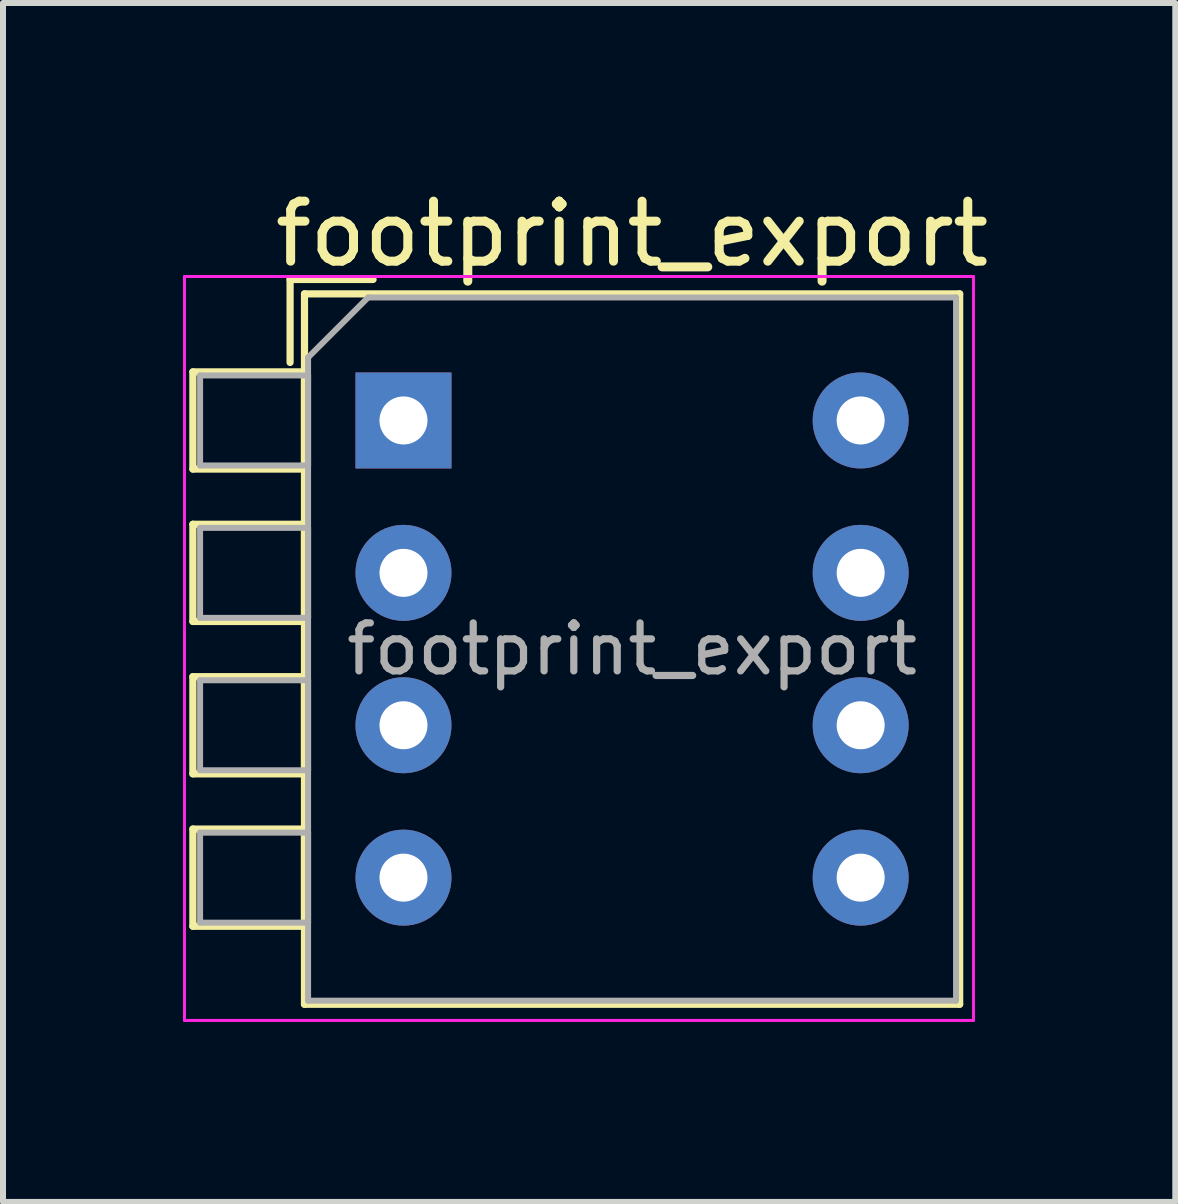
<source format=kicad_pcb>
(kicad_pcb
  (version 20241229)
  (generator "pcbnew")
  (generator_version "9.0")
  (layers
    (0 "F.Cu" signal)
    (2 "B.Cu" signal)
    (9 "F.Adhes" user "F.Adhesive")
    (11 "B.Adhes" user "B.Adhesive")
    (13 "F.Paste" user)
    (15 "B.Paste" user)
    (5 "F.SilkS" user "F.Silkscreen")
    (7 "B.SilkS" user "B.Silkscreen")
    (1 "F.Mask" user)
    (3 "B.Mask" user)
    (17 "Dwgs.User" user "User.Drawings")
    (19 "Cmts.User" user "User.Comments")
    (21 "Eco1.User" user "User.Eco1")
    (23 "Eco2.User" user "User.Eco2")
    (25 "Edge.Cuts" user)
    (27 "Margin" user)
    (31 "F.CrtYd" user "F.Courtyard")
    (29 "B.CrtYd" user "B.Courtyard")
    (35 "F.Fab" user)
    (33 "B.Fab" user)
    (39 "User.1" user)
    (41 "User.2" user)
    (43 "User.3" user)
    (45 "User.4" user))
  (footprint "footprint_export"
    (layer "F.Cu")
    (at 3.675 3.958)
    (property "Reference" "footprint_export" (at 3.81 -3.11 0) (layer "F.SilkS") (effects (font (size 1 1) (thickness 0.15))))
    (attr through_hole)
    (fp_line (start -3.51 -0.81) (end -3.51 0.81) (stroke (width 0.12) (type solid)) (layer "F.SilkS"))
    (fp_line (start -3.51 -0.81) (end -1.65 -0.81) (stroke (width 0.12) (type solid)) (layer "F.SilkS"))
    (fp_line (start -3.51 0.81) (end -1.65 0.81) (stroke (width 0.12) (type solid)) (layer "F.SilkS"))
    (fp_line (start -3.51 1.73) (end -3.51 3.35) (stroke (width 0.12) (type solid)) (layer "F.SilkS"))
    (fp_line (start -3.51 1.73) (end -1.65 1.73) (stroke (width 0.12) (type solid)) (layer "F.SilkS"))
    (fp_line (start -3.51 3.35) (end -1.65 3.35) (stroke (width 0.12) (type solid)) (layer "F.SilkS"))
    (fp_line (start -3.51 4.27) (end -3.51 5.89) (stroke (width 0.12) (type solid)) (layer "F.SilkS"))
    (fp_line (start -3.51 4.27) (end -1.65 4.27) (stroke (width 0.12) (type solid)) (layer "F.SilkS"))
    (fp_line (start -3.51 5.89) (end -1.65 5.89) (stroke (width 0.12) (type solid)) (layer "F.SilkS"))
    (fp_line (start -3.51 6.81) (end -3.51 8.43) (stroke (width 0.12) (type solid)) (layer "F.SilkS"))
    (fp_line (start -3.51 6.81) (end -1.65 6.81) (stroke (width 0.12) (type solid)) (layer "F.SilkS"))
    (fp_line (start -3.51 8.43) (end -1.65 8.43) (stroke (width 0.12) (type solid)) (layer "F.SilkS"))
    (fp_line (start -1.89 -2.35) (end -1.89 -0.967) (stroke (width 0.12) (type solid)) (layer "F.SilkS"))
    (fp_line (start -1.89 -2.35) (end -0.507 -2.35) (stroke (width 0.12) (type solid)) (layer "F.SilkS"))
    (fp_line (start -1.65 -2.11) (end -1.65 9.73) (stroke (width 0.12) (type solid)) (layer "F.SilkS"))
    (fp_line (start -1.65 -2.11) (end 9.27 -2.11) (stroke (width 0.12) (type solid)) (layer "F.SilkS"))
    (fp_line (start -1.65 -0.81) (end -1.65 0.81) (stroke (width 0.12) (type solid)) (layer "F.SilkS"))
    (fp_line (start -1.65 1.73) (end -1.65 3.35) (stroke (width 0.12) (type solid)) (layer "F.SilkS"))
    (fp_line (start -1.65 4.27) (end -1.65 5.89) (stroke (width 0.12) (type solid)) (layer "F.SilkS"))
    (fp_line (start -1.65 6.81) (end -1.65 8.43) (stroke (width 0.12) (type solid)) (layer "F.SilkS"))
    (fp_line (start -1.65 9.73) (end 9.27 9.73) (stroke (width 0.12) (type solid)) (layer "F.SilkS"))
    (fp_line (start 9.27 -2.11) (end 9.27 9.73) (stroke (width 0.12) (type solid)) (layer "F.SilkS"))
    (fp_line (start -3.65 -2.4) (end -3.65 10) (stroke (width 0.05) (type solid)) (layer "F.CrtYd"))
    (fp_line (start -3.65 10) (end 9.5 10) (stroke (width 0.05) (type solid)) (layer "F.CrtYd"))
    (fp_line (start 9.5 -2.4) (end -3.65 -2.4) (stroke (width 0.05) (type solid)) (layer "F.CrtYd"))
    (fp_line (start 9.5 10) (end 9.5 -2.4) (stroke (width 0.05) (type solid)) (layer "F.CrtYd"))
    (fp_line (start -3.39 -0.75) (end -1.59 -0.75) (stroke (width 0.1) (type solid)) (layer "F.Fab"))
    (fp_line (start -3.39 0.75) (end -3.39 -0.75) (stroke (width 0.1) (type solid)) (layer "F.Fab"))
    (fp_line (start -3.39 1.79) (end -1.59 1.79) (stroke (width 0.1) (type solid)) (layer "F.Fab"))
    (fp_line (start -3.39 3.29) (end -3.39 1.79) (stroke (width 0.1) (type solid)) (layer "F.Fab"))
    (fp_line (start -3.39 4.33) (end -1.59 4.33) (stroke (width 0.1) (type solid)) (layer "F.Fab"))
    (fp_line (start -3.39 5.83) (end -3.39 4.33) (stroke (width 0.1) (type solid)) (layer "F.Fab"))
    (fp_line (start -3.39 6.87) (end -1.59 6.87) (stroke (width 0.1) (type solid)) (layer "F.Fab"))
    (fp_line (start -3.39 8.37) (end -3.39 6.87) (stroke (width 0.1) (type solid)) (layer "F.Fab"))
    (fp_line (start -1.59 -1.05) (end -0.59 -2.05) (stroke (width 0.1) (type solid)) (layer "F.Fab"))
    (fp_line (start -1.59 -0.75) (end -1.59 0.75) (stroke (width 0.1) (type solid)) (layer "F.Fab"))
    (fp_line (start -1.59 0.75) (end -3.39 0.75) (stroke (width 0.1) (type solid)) (layer "F.Fab"))
    (fp_line (start -1.59 1.79) (end -1.59 3.29) (stroke (width 0.1) (type solid)) (layer "F.Fab"))
    (fp_line (start -1.59 3.29) (end -3.39 3.29) (stroke (width 0.1) (type solid)) (layer "F.Fab"))
    (fp_line (start -1.59 4.33) (end -1.59 5.83) (stroke (width 0.1) (type solid)) (layer "F.Fab"))
    (fp_line (start -1.59 5.83) (end -3.39 5.83) (stroke (width 0.1) (type solid)) (layer "F.Fab"))
    (fp_line (start -1.59 6.87) (end -1.59 8.37) (stroke (width 0.1) (type solid)) (layer "F.Fab"))
    (fp_line (start -1.59 8.37) (end -3.39 8.37) (stroke (width 0.1) (type solid)) (layer "F.Fab"))
    (fp_line (start -1.59 9.67) (end -1.59 -1.05) (stroke (width 0.1) (type solid)) (layer "F.Fab"))
    (fp_line (start -0.59 -2.05) (end 9.21 -2.05) (stroke (width 0.1) (type solid)) (layer "F.Fab"))
    (fp_line (start 9.21 -2.05) (end 9.21 9.67) (stroke (width 0.1) (type solid)) (layer "F.Fab"))
    (fp_line (start 9.21 9.67) (end -1.59 9.67) (stroke (width 0.1) (type solid)) (layer "F.Fab"))
    (fp_text user "${REFERENCE}" (at 3.81 3.81 0) (layer "F.Fab") (effects (font (size 0.8 0.8) (thickness 0.12))))
    (pad "1" thru_hole rect (at 0 0) (size 1.6 1.6) (drill 0.8) (layers "*.Cu" "*.Mask"))
    (pad "2" thru_hole oval (at 0 2.54) (size 1.6 1.6) (drill 0.8) (layers "*.Cu" "*.Mask"))
    (pad "3" thru_hole oval (at 0 5.08) (size 1.6 1.6) (drill 0.8) (layers "*.Cu" "*.Mask"))
    (pad "4" thru_hole oval (at 0 7.62) (size 1.6 1.6) (drill 0.8) (layers "*.Cu" "*.Mask"))
    (pad "5" thru_hole oval (at 7.62 7.62) (size 1.6 1.6) (drill 0.8) (layers "*.Cu" "*.Mask"))
    (pad "6" thru_hole oval (at 7.62 5.08) (size 1.6 1.6) (drill 0.8) (layers "*.Cu" "*.Mask"))
    (pad "7" thru_hole oval (at 7.62 2.54) (size 1.6 1.6) (drill 0.8) (layers "*.Cu" "*.Mask"))
    (pad "8" thru_hole oval (at 7.62 0) (size 1.6 1.6) (drill 0.8) (layers "*.Cu" "*.Mask")))
  (gr_rect
    (start -3 -3)
    (end 16.539 16.983)
    (stroke (width 0.1) (type default))
    (fill no)
    (layer "Edge.Cuts")))
</source>
